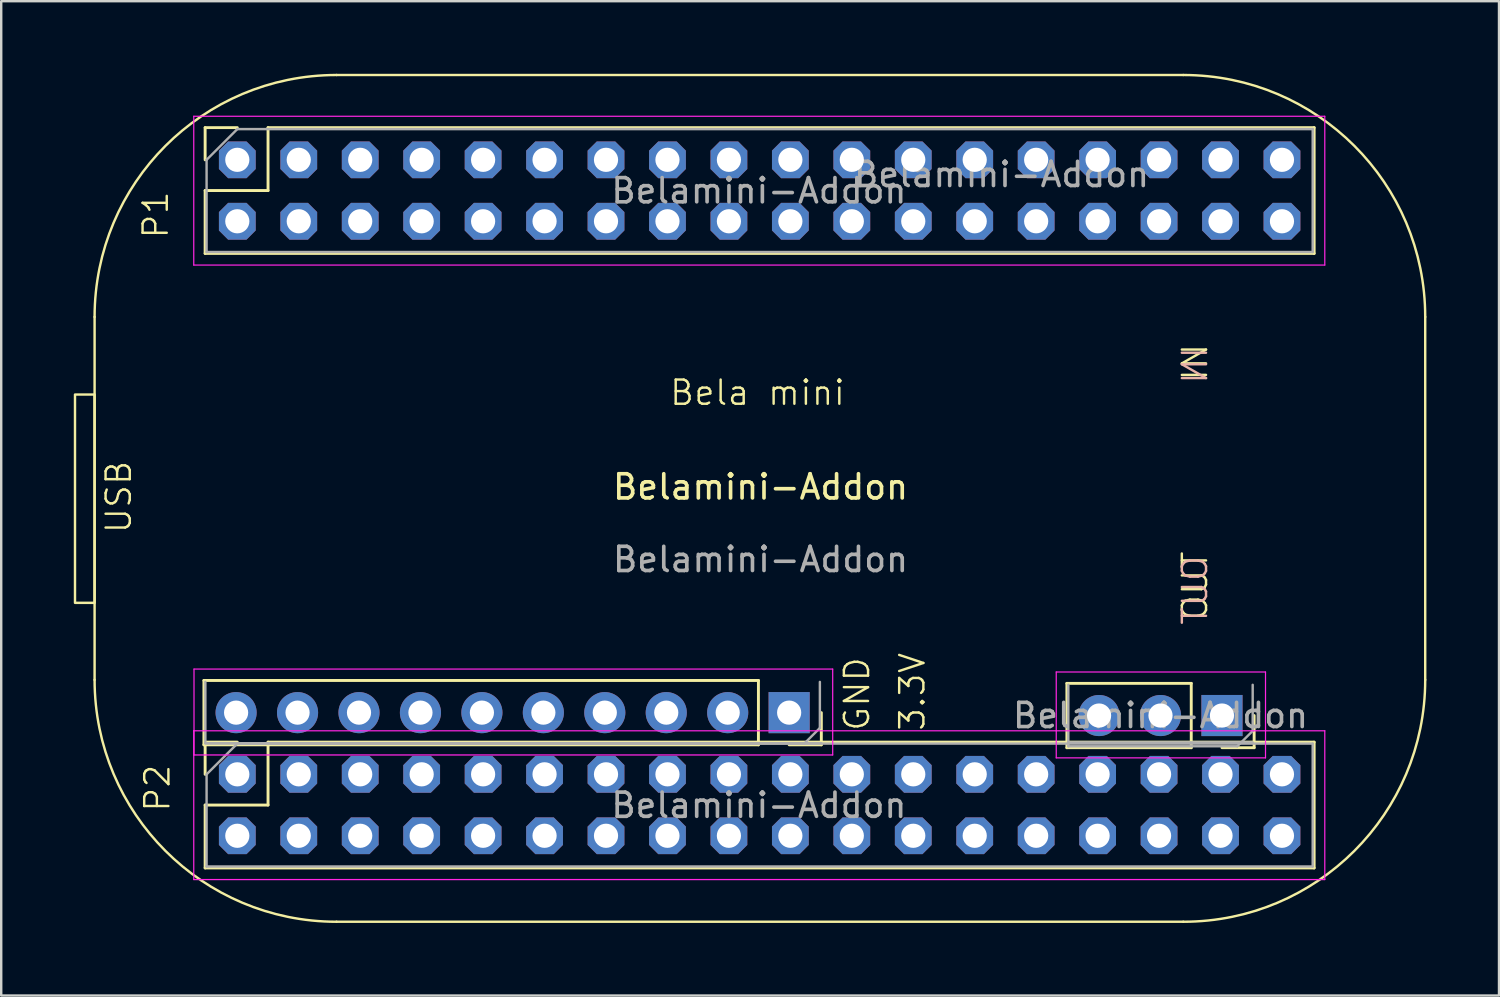
<source format=kicad_pcb>
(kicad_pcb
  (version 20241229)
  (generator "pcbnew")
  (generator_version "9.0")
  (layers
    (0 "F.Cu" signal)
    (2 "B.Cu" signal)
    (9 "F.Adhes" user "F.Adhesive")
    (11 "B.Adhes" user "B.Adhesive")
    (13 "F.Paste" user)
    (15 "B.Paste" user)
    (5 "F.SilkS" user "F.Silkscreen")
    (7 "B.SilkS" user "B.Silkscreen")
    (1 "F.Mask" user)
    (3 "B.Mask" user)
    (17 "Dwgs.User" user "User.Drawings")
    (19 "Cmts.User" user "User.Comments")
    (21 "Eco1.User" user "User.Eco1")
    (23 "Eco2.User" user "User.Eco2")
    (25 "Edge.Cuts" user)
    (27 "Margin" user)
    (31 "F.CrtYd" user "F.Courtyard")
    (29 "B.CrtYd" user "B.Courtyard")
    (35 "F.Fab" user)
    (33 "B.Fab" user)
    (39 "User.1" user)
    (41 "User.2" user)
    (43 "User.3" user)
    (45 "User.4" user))
  (footprint "Belamini-Addon"
    (layer "F.Cu")
    (at 28.386 17.576)
    (property "Reference" "Belamini-Addon" (at 0 -0.5 0) (unlocked yes) (layer "F.SilkS") (effects (font (size 1 1) (thickness 0.15))))
    (attr through_hole)
    (fp_line (start -27.526 -7.526) (end -27.526 7.474) (stroke (width 0.1) (type solid)) (layer "F.SilkS"))
    (fp_line (start -23.007 7.5) (end -23.007 10.16) (stroke (width 0.12) (type solid)) (layer "F.SilkS"))
    (fp_line (start -22.957 -15.35) (end -22.957 -14.02) (stroke (width 0.12) (type solid)) (layer "F.SilkS"))
    (fp_line (start -22.957 -12.75) (end -22.957 -10.15) (stroke (width 0.12) (type solid)) (layer "F.SilkS"))
    (fp_line (start -22.957 -10.15) (end 22.883 -10.15) (stroke (width 0.12) (type solid)) (layer "F.SilkS"))
    (fp_line (start -22.957 10.05) (end -22.957 11.38) (stroke (width 0.12) (type solid)) (layer "F.SilkS"))
    (fp_line (start -22.957 12.65) (end -22.957 15.25) (stroke (width 0.12) (type solid)) (layer "F.SilkS"))
    (fp_line (start -22.957 15.25) (end 22.883 15.25) (stroke (width 0.12) (type solid)) (layer "F.SilkS"))
    (fp_line (start -21.627 -15.35) (end -22.957 -15.35) (stroke (width 0.12) (type solid)) (layer "F.SilkS"))
    (fp_line (start -21.627 10.05) (end -22.957 10.05) (stroke (width 0.12) (type solid)) (layer "F.SilkS"))
    (fp_line (start -20.357 -15.35) (end -20.357 -12.75) (stroke (width 0.12) (type solid)) (layer "F.SilkS"))
    (fp_line (start -20.357 -15.35) (end 22.883 -15.35) (stroke (width 0.12) (type solid)) (layer "F.SilkS"))
    (fp_line (start -20.357 -12.75) (end -22.957 -12.75) (stroke (width 0.12) (type solid)) (layer "F.SilkS"))
    (fp_line (start -20.357 10.05) (end -20.357 12.65) (stroke (width 0.12) (type solid)) (layer "F.SilkS"))
    (fp_line (start -20.357 10.05) (end 22.883 10.05) (stroke (width 0.12) (type solid)) (layer "F.SilkS"))
    (fp_line (start -20.357 12.65) (end -22.957 12.65) (stroke (width 0.12) (type solid)) (layer "F.SilkS"))
    (fp_line (start -17.526 17.474) (end 17.474 17.474) (stroke (width 0.1) (type solid)) (layer "F.SilkS"))
    (fp_line (start -0.087 7.5) (end -23.007 7.5) (stroke (width 0.12) (type solid)) (layer "F.SilkS"))
    (fp_line (start -0.087 7.5) (end -0.087 10.16) (stroke (width 0.12) (type solid)) (layer "F.SilkS"))
    (fp_line (start -0.087 10.16) (end -23.007 10.16) (stroke (width 0.12) (type solid)) (layer "F.SilkS"))
    (fp_line (start 2.513 8.83) (end 2.513 10.16) (stroke (width 0.12) (type solid)) (layer "F.SilkS"))
    (fp_line (start 2.513 10.16) (end 1.183 10.16) (stroke (width 0.12) (type solid)) (layer "F.SilkS"))
    (fp_line (start 12.663 7.62) (end 12.663 10.28) (stroke (width 0.12) (type solid)) (layer "F.SilkS"))
    (fp_line (start 17.474 -17.526) (end -17.526 -17.526) (stroke (width 0.1) (type solid)) (layer "F.SilkS"))
    (fp_line (start 17.803 7.62) (end 12.663 7.62) (stroke (width 0.12) (type solid)) (layer "F.SilkS"))
    (fp_line (start 17.803 7.62) (end 17.803 10.28) (stroke (width 0.12) (type solid)) (layer "F.SilkS"))
    (fp_line (start 17.803 10.28) (end 12.663 10.28) (stroke (width 0.12) (type solid)) (layer "F.SilkS"))
    (fp_line (start 20.403 8.95) (end 20.403 10.28) (stroke (width 0.12) (type solid)) (layer "F.SilkS"))
    (fp_line (start 20.403 10.28) (end 19.073 10.28) (stroke (width 0.12) (type solid)) (layer "F.SilkS"))
    (fp_line (start 22.883 -15.35) (end 22.883 -10.15) (stroke (width 0.12) (type solid)) (layer "F.SilkS"))
    (fp_line (start 22.883 10.05) (end 22.883 15.25) (stroke (width 0.12) (type solid)) (layer "F.SilkS"))
    (fp_line (start 27.474 7.474) (end 27.474 -7.526) (stroke (width 0.1) (type solid)) (layer "F.SilkS"))
    (fp_rect (start -28.336 -4.318) (end -27.526 4.292) (stroke (width 0.1) (type default)) (fill no) (layer "F.SilkS"))
    (fp_arc (start -27.526 -7.526) (mid -24.597068 -14.597068) (end -17.526 -17.526) (stroke (width 0.1) (type solid)) (layer "F.SilkS"))
    (fp_arc (start -17.526 17.474) (mid -24.597068 14.545068) (end -27.526 7.474) (stroke (width 0.1) (type solid)) (layer "F.SilkS"))
    (fp_arc (start 17.474 -17.526) (mid 24.545068 -14.597068) (end 27.474 -7.526) (stroke (width 0.1) (type solid)) (layer "F.SilkS"))
    (fp_arc (start 27.474 7.474) (mid 24.545068 14.545068) (end 17.474 17.474) (stroke (width 0.1) (type solid)) (layer "F.SilkS"))
    (fp_line (start -23.427 -15.82) (end 23.323 -15.82) (stroke (width 0.05) (type solid)) (layer "F.CrtYd"))
    (fp_line (start -23.427 -9.67) (end -23.427 -15.82) (stroke (width 0.05) (type solid)) (layer "F.CrtYd"))
    (fp_line (start -23.427 9.58) (end 23.323 9.58) (stroke (width 0.05) (type solid)) (layer "F.CrtYd"))
    (fp_line (start -23.427 15.73) (end -23.427 9.58) (stroke (width 0.05) (type solid)) (layer "F.CrtYd"))
    (fp_line (start -23.417 7.03) (end 2.983 7.03) (stroke (width 0.05) (type solid)) (layer "F.CrtYd"))
    (fp_line (start -23.417 10.58) (end -23.417 7.03) (stroke (width 0.05) (type solid)) (layer "F.CrtYd"))
    (fp_line (start 2.983 7.03) (end 2.983 10.58) (stroke (width 0.05) (type solid)) (layer "F.CrtYd"))
    (fp_line (start 2.983 10.58) (end -23.417 10.58) (stroke (width 0.05) (type solid)) (layer "F.CrtYd"))
    (fp_line (start 12.223 7.15) (end 20.873 7.15) (stroke (width 0.05) (type solid)) (layer "F.CrtYd"))
    (fp_line (start 12.223 10.7) (end 12.223 7.15) (stroke (width 0.05) (type solid)) (layer "F.CrtYd"))
    (fp_line (start 20.873 7.15) (end 20.873 10.7) (stroke (width 0.05) (type solid)) (layer "F.CrtYd"))
    (fp_line (start 20.873 10.7) (end 12.223 10.7) (stroke (width 0.05) (type solid)) (layer "F.CrtYd"))
    (fp_line (start 23.323 -15.82) (end 23.323 -9.67) (stroke (width 0.05) (type solid)) (layer "F.CrtYd"))
    (fp_line (start 23.323 -9.67) (end -23.427 -9.67) (stroke (width 0.05) (type solid)) (layer "F.CrtYd"))
    (fp_line (start 23.323 9.58) (end 23.323 15.73) (stroke (width 0.05) (type solid)) (layer "F.CrtYd"))
    (fp_line (start 23.323 15.73) (end -23.427 15.73) (stroke (width 0.05) (type solid)) (layer "F.CrtYd"))
    (fp_line (start -22.947 10.1) (end -22.947 7.56) (stroke (width 0.1) (type solid)) (layer "F.Fab"))
    (fp_line (start -22.897 -14.02) (end -22.897 -10.21) (stroke (width 0.1) (type solid)) (layer "F.Fab"))
    (fp_line (start -22.897 -10.21) (end 22.823 -10.21) (stroke (width 0.1) (type solid)) (layer "F.Fab"))
    (fp_line (start -22.897 11.38) (end -22.897 15.19) (stroke (width 0.1) (type solid)) (layer "F.Fab"))
    (fp_line (start -22.897 15.19) (end 22.823 15.19) (stroke (width 0.1) (type solid)) (layer "F.Fab"))
    (fp_line (start -22.891 10.097) (end 2.509 10.097) (stroke (width 0.1) (type solid)) (layer "F.Fab"))
    (fp_line (start -21.627 -15.29) (end -22.897 -14.02) (stroke (width 0.1) (type solid)) (layer "F.Fab"))
    (fp_line (start -21.627 10.11) (end -22.897 11.38) (stroke (width 0.1) (type solid)) (layer "F.Fab"))
    (fp_line (start 1.818 10.1) (end -22.947 10.1) (stroke (width 0.1) (type solid)) (layer "F.Fab"))
    (fp_line (start 2.453 7.56) (end 2.453 9.465) (stroke (width 0.1) (type solid)) (layer "F.Fab"))
    (fp_line (start 2.453 9.465) (end 1.818 10.1) (stroke (width 0.1) (type solid)) (layer "F.Fab"))
    (fp_line (start 12.723 10.06) (end 20.343 10.06) (stroke (width 0.1) (type solid)) (layer "F.Fab"))
    (fp_line (start 12.723 10.22) (end 12.723 7.68) (stroke (width 0.1) (type solid)) (layer "F.Fab"))
    (fp_line (start 19.708 10.22) (end 12.723 10.22) (stroke (width 0.1) (type solid)) (layer "F.Fab"))
    (fp_line (start 20.343 7.68) (end 20.343 9.585) (stroke (width 0.1) (type solid)) (layer "F.Fab"))
    (fp_line (start 20.343 9.585) (end 19.708 10.22) (stroke (width 0.1) (type solid)) (layer "F.Fab"))
    (fp_line (start 22.823 -15.29) (end -21.627 -15.29) (stroke (width 0.1) (type solid)) (layer "F.Fab"))
    (fp_line (start 22.823 -10.21) (end 22.823 -15.29) (stroke (width 0.1) (type solid)) (layer "F.Fab"))
    (fp_line (start 22.823 10.11) (end -21.627 10.11) (stroke (width 0.1) (type solid)) (layer "F.Fab"))
    (fp_line (start 22.823 15.19) (end 22.823 10.11) (stroke (width 0.1) (type solid)) (layer "F.Fab"))
    (fp_text user "GND" (at 4.572 9.652 90) (unlocked yes) (layer "F.SilkS") (effects (font (size 1 1) (thickness 0.1)) (justify left bottom)))
    (fp_text user "USB" (at -25.945 1.484 90) (unlocked yes) (layer "F.SilkS") (effects (font (size 1 1) (thickness 0.1)) (justify left bottom)))
    (fp_text user "P2" (at -24.348 12.994 90) (unlocked yes) (layer "F.SilkS") (effects (font (size 1 1) (thickness 0.1)) (justify left bottom)))
    (fp_text user "Bela mini" (at -3.81 -3.81 0) (unlocked yes) (layer "F.SilkS") (effects (font (size 1 1) (thickness 0.1)) (justify left bottom)))
    (fp_text user "OUT" (at 18.542 5.08 90) (unlocked yes) (layer "F.SilkS") (effects (font (size 1 1) (thickness 0.1)) (justify left bottom)))
    (fp_text user "P1" (at -24.416 -10.701 90) (unlocked yes) (layer "F.SilkS") (effects (font (size 1 1) (thickness 0.1)) (justify left bottom)))
    (fp_text user "3.3V" (at 6.858 9.652 90) (unlocked yes) (layer "F.SilkS") (effects (font (size 1 1) (thickness 0.1)) (justify left bottom)))
    (fp_text user "IN" (at 18.542 -4.826 90) (unlocked yes) (layer "F.SilkS") (effects (font (size 1 1) (thickness 0.1)) (justify left bottom)))
    (fp_text user "OUT" (at 18.542 2.286 90) (unlocked yes) (layer "B.SilkS") (effects (font (size 1 1) (thickness 0.1)) (justify left bottom mirror)))
    (fp_text user "IN" (at 18.542 -6.35 90) (unlocked yes) (layer "B.SilkS") (effects (font (size 1 1) (thickness 0.1)) (justify left bottom mirror)))
    (fp_text user "${REFERENCE}" (at 9.962 -13.414 0) (layer "F.Fab") (effects (font (size 1 1) (thickness 0.15))))
    (fp_text user "${REFERENCE}" (at 16.533 8.95 0) (layer "F.Fab") (effects (font (size 1 1) (thickness 0.15))))
    (fp_text user "${REFERENCE}" (at -0.067 12.66 180) (layer "F.Fab") (effects (font (size 1 1) (thickness 0.15))))
    (fp_text user "${REFERENCE}" (at -0.067 -12.74 180) (layer "F.Fab") (effects (font (size 1 1) (thickness 0.15))))
    (fp_text user "${REFERENCE}" (at 0 2.5 0) (unlocked yes) (layer "F.Fab") (effects (font (size 1 1) (thickness 0.15))))
    (pad "1" thru_hole roundrect (at -21.627 -14.02 270) (size 1.52 1.52) (drill 1) (layers "*.Cu" "*.Mask") (roundrect_rratio 0) (chamfer_ratio 0.25) (chamfer top_left top_right bottom_left bottom_right))
    (pad "2" thru_hole roundrect (at -21.627 -11.48 270) (size 1.52 1.52) (drill 1) (layers "*.Cu" "*.Mask") (roundrect_rratio 0) (chamfer_ratio 0.25) (chamfer top_left top_right bottom_left bottom_right))
    (pad "3" thru_hole roundrect (at -19.087 -14.02 270) (size 1.52 1.52) (drill 1) (layers "*.Cu" "*.Mask") (roundrect_rratio 0) (chamfer_ratio 0.25) (chamfer top_left top_right bottom_left bottom_right))
    (pad "4" thru_hole roundrect (at -19.087 -11.48 270) (size 1.52 1.52) (drill 1) (layers "*.Cu" "*.Mask") (roundrect_rratio 0) (chamfer_ratio 0.25) (chamfer top_left top_right bottom_left bottom_right))
    (pad "5" thru_hole roundrect (at -16.547 -14.02 270) (size 1.52 1.52) (drill 1) (layers "*.Cu" "*.Mask") (roundrect_rratio 0) (chamfer_ratio 0.25) (chamfer top_left top_right bottom_left bottom_right))
    (pad "6" thru_hole roundrect (at -16.547 -11.48 270) (size 1.52 1.52) (drill 1) (layers "*.Cu" "*.Mask") (roundrect_rratio 0) (chamfer_ratio 0.25) (chamfer top_left top_right bottom_left bottom_right))
    (pad "7" thru_hole roundrect (at -14.007 -14.02 270) (size 1.52 1.52) (drill 1) (layers "*.Cu" "*.Mask") (roundrect_rratio 0) (chamfer_ratio 0.25) (chamfer top_left top_right bottom_left bottom_right))
    (pad "8" thru_hole roundrect (at -14.007 -11.48 270) (size 1.52 1.52) (drill 1) (layers "*.Cu" "*.Mask") (roundrect_rratio 0) (chamfer_ratio 0.25) (chamfer top_left top_right bottom_left bottom_right))
    (pad "9" thru_hole roundrect (at -11.467 -14.02 270) (size 1.52 1.52) (drill 1) (layers "*.Cu" "*.Mask") (roundrect_rratio 0) (chamfer_ratio 0.25) (chamfer top_left top_right bottom_left bottom_right))
    (pad "10" thru_hole roundrect (at -11.467 -11.48 270) (size 1.52 1.52) (drill 1) (layers "*.Cu" "*.Mask") (roundrect_rratio 0) (chamfer_ratio 0.25) (chamfer top_left top_right bottom_left bottom_right))
    (pad "11" thru_hole roundrect (at -8.927 -14.02 270) (size 1.52 1.52) (drill 1) (layers "*.Cu" "*.Mask") (roundrect_rratio 0) (chamfer_ratio 0.25) (chamfer top_left top_right bottom_left bottom_right))
    (pad "12" thru_hole roundrect (at -8.927 -11.48 270) (size 1.52 1.52) (drill 1) (layers "*.Cu" "*.Mask") (roundrect_rratio 0) (chamfer_ratio 0.25) (chamfer top_left top_right bottom_left bottom_right))
    (pad "13" thru_hole roundrect (at -6.387 -14.02 270) (size 1.52 1.52) (drill 1) (layers "*.Cu" "*.Mask") (roundrect_rratio 0) (chamfer_ratio 0.25) (chamfer top_left top_right bottom_left bottom_right))
    (pad "14" thru_hole roundrect (at -6.387 -11.48 270) (size 1.52 1.52) (drill 1) (layers "*.Cu" "*.Mask") (roundrect_rratio 0) (chamfer_ratio 0.25) (chamfer top_left top_right bottom_left bottom_right))
    (pad "15" thru_hole roundrect (at -3.847 -14.02 270) (size 1.52 1.52) (drill 1) (layers "*.Cu" "*.Mask") (roundrect_rratio 0) (chamfer_ratio 0.25) (chamfer top_left top_right bottom_left bottom_right))
    (pad "16" thru_hole roundrect (at -3.847 -11.48 270) (size 1.52 1.52) (drill 1) (layers "*.Cu" "*.Mask") (roundrect_rratio 0) (chamfer_ratio 0.25) (chamfer top_left top_right bottom_left bottom_right))
    (pad "17" thru_hole roundrect (at -1.307 -14.02 270) (size 1.52 1.52) (drill 1) (layers "*.Cu" "*.Mask") (roundrect_rratio 0) (chamfer_ratio 0.25) (chamfer top_left top_right bottom_left bottom_right))
    (pad "18" thru_hole roundrect (at -1.307 -11.48 270) (size 1.52 1.52) (drill 1) (layers "*.Cu" "*.Mask") (roundrect_rratio 0) (chamfer_ratio 0.25) (chamfer top_left top_right bottom_left bottom_right))
    (pad "19" thru_hole roundrect (at 1.233 -14.02 270) (size 1.52 1.52) (drill 1) (layers "*.Cu" "*.Mask") (roundrect_rratio 0) (chamfer_ratio 0.25) (chamfer top_left top_right bottom_left bottom_right))
    (pad "20" thru_hole roundrect (at 1.233 -11.48 270) (size 1.52 1.52) (drill 1) (layers "*.Cu" "*.Mask") (roundrect_rratio 0) (chamfer_ratio 0.25) (chamfer top_left top_right bottom_left bottom_right))
    (pad "21" thru_hole roundrect (at 3.773 -14.02 270) (size 1.52 1.52) (drill 1) (layers "*.Cu" "*.Mask") (roundrect_rratio 0) (chamfer_ratio 0.25) (chamfer top_left top_right bottom_left bottom_right))
    (pad "22" thru_hole roundrect (at 3.773 -11.48 270) (size 1.52 1.52) (drill 1) (layers "*.Cu" "*.Mask") (roundrect_rratio 0) (chamfer_ratio 0.25) (chamfer top_left top_right bottom_left bottom_right))
    (pad "23" thru_hole roundrect (at 6.313 -14.02 270) (size 1.52 1.52) (drill 1) (layers "*.Cu" "*.Mask") (roundrect_rratio 0) (chamfer_ratio 0.25) (chamfer top_left top_right bottom_left bottom_right))
    (pad "24" thru_hole roundrect (at 6.313 -11.48 270) (size 1.52 1.52) (drill 1) (layers "*.Cu" "*.Mask") (roundrect_rratio 0) (chamfer_ratio 0.25) (chamfer top_left top_right bottom_left bottom_right))
    (pad "25" thru_hole roundrect (at 8.853 -14.02 270) (size 1.52 1.52) (drill 1) (layers "*.Cu" "*.Mask") (roundrect_rratio 0) (chamfer_ratio 0.25) (chamfer top_left top_right bottom_left bottom_right))
    (pad "26" thru_hole roundrect (at 8.853 -11.48 270) (size 1.52 1.52) (drill 1) (layers "*.Cu" "*.Mask") (roundrect_rratio 0) (chamfer_ratio 0.25) (chamfer top_left top_right bottom_left bottom_right))
    (pad "27" thru_hole roundrect (at 11.393 -14.02 270) (size 1.52 1.52) (drill 1) (layers "*.Cu" "*.Mask") (roundrect_rratio 0) (chamfer_ratio 0.25) (chamfer top_left top_right bottom_left bottom_right))
    (pad "28" thru_hole roundrect (at 11.393 -11.48 270) (size 1.52 1.52) (drill 1) (layers "*.Cu" "*.Mask") (roundrect_rratio 0) (chamfer_ratio 0.25) (chamfer top_left top_right bottom_left bottom_right))
    (pad "29" thru_hole roundrect (at 13.933 -14.02 270) (size 1.52 1.52) (drill 1) (layers "*.Cu" "*.Mask") (roundrect_rratio 0) (chamfer_ratio 0.25) (chamfer top_left top_right bottom_left bottom_right))
    (pad "30" thru_hole roundrect (at 13.933 -11.48 270) (size 1.52 1.52) (drill 1) (layers "*.Cu" "*.Mask") (roundrect_rratio 0) (chamfer_ratio 0.25) (chamfer top_left top_right bottom_left bottom_right))
    (pad "31" thru_hole roundrect (at 16.473 -14.02 270) (size 1.52 1.52) (drill 1) (layers "*.Cu" "*.Mask") (roundrect_rratio 0) (chamfer_ratio 0.25) (chamfer top_left top_right bottom_left bottom_right))
    (pad "32" thru_hole roundrect (at 16.473 -11.48 270) (size 1.52 1.52) (drill 1) (layers "*.Cu" "*.Mask") (roundrect_rratio 0) (chamfer_ratio 0.25) (chamfer top_left top_right bottom_left bottom_right))
    (pad "33" thru_hole roundrect (at 19.013 -14.02 270) (size 1.52 1.52) (drill 1) (layers "*.Cu" "*.Mask") (roundrect_rratio 0) (chamfer_ratio 0.25) (chamfer top_left top_right bottom_left bottom_right))
    (pad "34" thru_hole roundrect (at 19.013 -11.48 270) (size 1.52 1.52) (drill 1) (layers "*.Cu" "*.Mask") (roundrect_rratio 0) (chamfer_ratio 0.25) (chamfer top_left top_right bottom_left bottom_right))
    (pad "35" thru_hole roundrect (at 21.553 -14.02 270) (size 1.52 1.52) (drill 1) (layers "*.Cu" "*.Mask") (roundrect_rratio 0) (chamfer_ratio 0.25) (chamfer top_left top_right bottom_left bottom_right))
    (pad "36" thru_hole roundrect (at 21.553 -11.48 270) (size 1.52 1.52) (drill 1) (layers "*.Cu" "*.Mask") (roundrect_rratio 0) (chamfer_ratio 0.25) (chamfer top_left top_right bottom_left bottom_right))
    (pad "37" thru_hole roundrect (at -21.627 11.38 270) (size 1.52 1.52) (drill 1) (layers "*.Cu" "*.Mask") (roundrect_rratio 0) (chamfer_ratio 0.25) (chamfer top_left top_right bottom_left bottom_right))
    (pad "38" thru_hole roundrect (at -21.627 13.92 270) (size 1.52 1.52) (drill 1) (layers "*.Cu" "*.Mask") (roundrect_rratio 0) (chamfer_ratio 0.25) (chamfer top_left top_right bottom_left bottom_right))
    (pad "39" thru_hole roundrect (at -19.087 11.38 270) (size 1.52 1.52) (drill 1) (layers "*.Cu" "*.Mask") (roundrect_rratio 0) (chamfer_ratio 0.25) (chamfer top_left top_right bottom_left bottom_right))
    (pad "40" thru_hole roundrect (at -19.087 13.92 270) (size 1.52 1.52) (drill 1) (layers "*.Cu" "*.Mask") (roundrect_rratio 0) (chamfer_ratio 0.25) (chamfer top_left top_right bottom_left bottom_right))
    (pad "41" thru_hole roundrect (at -16.547 11.38 270) (size 1.52 1.52) (drill 1) (layers "*.Cu" "*.Mask") (roundrect_rratio 0) (chamfer_ratio 0.25) (chamfer top_left top_right bottom_left bottom_right))
    (pad "42" thru_hole roundrect (at -16.547 13.92 270) (size 1.52 1.52) (drill 1) (layers "*.Cu" "*.Mask") (roundrect_rratio 0) (chamfer_ratio 0.25) (chamfer top_left top_right bottom_left bottom_right))
    (pad "43" thru_hole roundrect (at -14.007 11.38 270) (size 1.52 1.52) (drill 1) (layers "*.Cu" "*.Mask") (roundrect_rratio 0) (chamfer_ratio 0.25) (chamfer top_left top_right bottom_left bottom_right))
    (pad "44" thru_hole roundrect (at -14.007 13.92 270) (size 1.52 1.52) (drill 1) (layers "*.Cu" "*.Mask") (roundrect_rratio 0) (chamfer_ratio 0.25) (chamfer top_left top_right bottom_left bottom_right))
    (pad "45" thru_hole roundrect (at -11.467 11.38 270) (size 1.52 1.52) (drill 1) (layers "*.Cu" "*.Mask") (roundrect_rratio 0) (chamfer_ratio 0.25) (chamfer top_left top_right bottom_left bottom_right))
    (pad "46" thru_hole roundrect (at -11.467 13.92 270) (size 1.52 1.52) (drill 1) (layers "*.Cu" "*.Mask") (roundrect_rratio 0) (chamfer_ratio 0.25) (chamfer top_left top_right bottom_left bottom_right))
    (pad "47" thru_hole roundrect (at -8.927 11.38 270) (size 1.52 1.52) (drill 1) (layers "*.Cu" "*.Mask") (roundrect_rratio 0) (chamfer_ratio 0.25) (chamfer top_left top_right bottom_left bottom_right))
    (pad "48" thru_hole roundrect (at -8.927 13.92 270) (size 1.52 1.52) (drill 1) (layers "*.Cu" "*.Mask") (roundrect_rratio 0) (chamfer_ratio 0.25) (chamfer top_left top_right bottom_left bottom_right))
    (pad "49" thru_hole roundrect (at -6.387 11.38 270) (size 1.52 1.52) (drill 1) (layers "*.Cu" "*.Mask") (roundrect_rratio 0) (chamfer_ratio 0.25) (chamfer top_left top_right bottom_left bottom_right))
    (pad "50" thru_hole roundrect (at -6.387 13.92 270) (size 1.52 1.52) (drill 1) (layers "*.Cu" "*.Mask") (roundrect_rratio 0) (chamfer_ratio 0.25) (chamfer top_left top_right bottom_left bottom_right))
    (pad "51" thru_hole roundrect (at -3.847 11.38 270) (size 1.52 1.52) (drill 1) (layers "*.Cu" "*.Mask") (roundrect_rratio 0) (chamfer_ratio 0.25) (chamfer top_left top_right bottom_left bottom_right))
    (pad "52" thru_hole roundrect (at -3.847 13.92 270) (size 1.52 1.52) (drill 1) (layers "*.Cu" "*.Mask") (roundrect_rratio 0) (chamfer_ratio 0.25) (chamfer top_left top_right bottom_left bottom_right))
    (pad "53" thru_hole roundrect (at -1.307 11.38 270) (size 1.52 1.52) (drill 1) (layers "*.Cu" "*.Mask") (roundrect_rratio 0) (chamfer_ratio 0.25) (chamfer top_left top_right bottom_left bottom_right))
    (pad "54" thru_hole roundrect (at -1.307 13.92 270) (size 1.52 1.52) (drill 1) (layers "*.Cu" "*.Mask") (roundrect_rratio 0) (chamfer_ratio 0.25) (chamfer top_left top_right bottom_left bottom_right))
    (pad "55" thru_hole roundrect (at 1.233 11.38 270) (size 1.52 1.52) (drill 1) (layers "*.Cu" "*.Mask") (roundrect_rratio 0) (chamfer_ratio 0.25) (chamfer top_left top_right bottom_left bottom_right))
    (pad "56" thru_hole roundrect (at 1.233 13.92 270) (size 1.52 1.52) (drill 1) (layers "*.Cu" "*.Mask") (roundrect_rratio 0) (chamfer_ratio 0.25) (chamfer top_left top_right bottom_left bottom_right))
    (pad "57" thru_hole roundrect (at 3.773 11.38 270) (size 1.52 1.52) (drill 1) (layers "*.Cu" "*.Mask") (roundrect_rratio 0) (chamfer_ratio 0.25) (chamfer top_left top_right bottom_left bottom_right))
    (pad "58" thru_hole roundrect (at 3.773 13.92 270) (size 1.52 1.52) (drill 1) (layers "*.Cu" "*.Mask") (roundrect_rratio 0) (chamfer_ratio 0.25) (chamfer top_left top_right bottom_left bottom_right))
    (pad "59" thru_hole roundrect (at 6.313 11.38 270) (size 1.52 1.52) (drill 1) (layers "*.Cu" "*.Mask") (roundrect_rratio 0) (chamfer_ratio 0.25) (chamfer top_left top_right bottom_left bottom_right))
    (pad "60" thru_hole roundrect (at 6.313 13.92 270) (size 1.52 1.52) (drill 1) (layers "*.Cu" "*.Mask") (roundrect_rratio 0) (chamfer_ratio 0.25) (chamfer top_left top_right bottom_left bottom_right))
    (pad "61" thru_hole roundrect (at 8.853 11.38 270) (size 1.52 1.52) (drill 1) (layers "*.Cu" "*.Mask") (roundrect_rratio 0) (chamfer_ratio 0.25) (chamfer top_left top_right bottom_left bottom_right))
    (pad "62" thru_hole roundrect (at 8.853 13.92 270) (size 1.52 1.52) (drill 1) (layers "*.Cu" "*.Mask") (roundrect_rratio 0) (chamfer_ratio 0.25) (chamfer top_left top_right bottom_left bottom_right))
    (pad "63" thru_hole roundrect (at 11.393 11.38 270) (size 1.52 1.52) (drill 1) (layers "*.Cu" "*.Mask") (roundrect_rratio 0) (chamfer_ratio 0.25) (chamfer top_left top_right bottom_left bottom_right))
    (pad "64" thru_hole roundrect (at 11.393 13.92 270) (size 1.52 1.52) (drill 1) (layers "*.Cu" "*.Mask") (roundrect_rratio 0) (chamfer_ratio 0.25) (chamfer top_left top_right bottom_left bottom_right))
    (pad "65" thru_hole roundrect (at 13.933 11.38 270) (size 1.52 1.52) (drill 1) (layers "*.Cu" "*.Mask") (roundrect_rratio 0) (chamfer_ratio 0.25) (chamfer top_left top_right bottom_left bottom_right))
    (pad "66" thru_hole roundrect (at 13.933 13.92 270) (size 1.52 1.52) (drill 1) (layers "*.Cu" "*.Mask") (roundrect_rratio 0) (chamfer_ratio 0.25) (chamfer top_left top_right bottom_left bottom_right))
    (pad "67" thru_hole roundrect (at 16.473 11.38 270) (size 1.52 1.52) (drill 1) (layers "*.Cu" "*.Mask") (roundrect_rratio 0) (chamfer_ratio 0.25) (chamfer top_left top_right bottom_left bottom_right))
    (pad "68" thru_hole roundrect (at 16.473 13.92 270) (size 1.52 1.52) (drill 1) (layers "*.Cu" "*.Mask") (roundrect_rratio 0) (chamfer_ratio 0.25) (chamfer top_left top_right bottom_left bottom_right))
    (pad "69" thru_hole roundrect (at 19.013 11.38 270) (size 1.52 1.52) (drill 1) (layers "*.Cu" "*.Mask") (roundrect_rratio 0) (chamfer_ratio 0.25) (chamfer top_left top_right bottom_left bottom_right))
    (pad "70" thru_hole roundrect (at 19.013 13.92 270) (size 1.52 1.52) (drill 1) (layers "*.Cu" "*.Mask") (roundrect_rratio 0) (chamfer_ratio 0.25) (chamfer top_left top_right bottom_left bottom_right))
    (pad "71" thru_hole roundrect (at 21.553 11.38 270) (size 1.52 1.52) (drill 1) (layers "*.Cu" "*.Mask") (roundrect_rratio 0) (chamfer_ratio 0.25) (chamfer top_left top_right bottom_left bottom_right))
    (pad "72" thru_hole roundrect (at 21.553 13.92 270) (size 1.52 1.52) (drill 1) (layers "*.Cu" "*.Mask") (roundrect_rratio 0) (chamfer_ratio 0.25) (chamfer top_left top_right bottom_left bottom_right))
    (pad "A0" thru_hole oval (at -21.677 8.83 270) (size 1.7 1.7) (drill 1) (layers "*.Cu" "*.Mask"))
    (pad "A1" thru_hole oval (at -19.137 8.83 270) (size 1.7 1.7) (drill 1) (layers "*.Cu" "*.Mask"))
    (pad "A2" thru_hole oval (at -16.597 8.83 270) (size 1.7 1.7) (drill 1) (layers "*.Cu" "*.Mask"))
    (pad "A3" thru_hole oval (at -14.057 8.83 270) (size 1.7 1.7) (drill 1) (layers "*.Cu" "*.Mask"))
    (pad "A4" thru_hole oval (at -11.517 8.83 270) (size 1.7 1.7) (drill 1) (layers "*.Cu" "*.Mask"))
    (pad "A5" thru_hole oval (at -8.977 8.83 270) (size 1.7 1.7) (drill 1) (layers "*.Cu" "*.Mask"))
    (pad "A6" thru_hole oval (at -6.437 8.83 270) (size 1.7 1.7) (drill 1) (layers "*.Cu" "*.Mask"))
    (pad "A7" thru_hole oval (at -3.897 8.83 270) (size 1.7 1.7) (drill 1) (layers "*.Cu" "*.Mask"))
    (pad "AGND" thru_hole oval (at -1.357 8.83 270) (size 1.7 1.7) (drill 1) (layers "*.Cu" "*.Mask"))
    (pad "AREF" thru_hole rect (at 1.183 8.83 270) (size 1.7 1.7) (drill 1) (layers "*.Cu" "*.Mask"))
    (pad "lineGND" thru_hole rect (at 19.073 8.95 270) (size 1.7 1.7) (drill 1) (layers "*.Cu" "*.Mask"))
    (pad "lineL" thru_hole oval (at 16.533 8.95 270) (size 1.7 1.7) (drill 1) (layers "*.Cu" "*.Mask"))
    (pad "lineR" thru_hole oval (at 13.993 8.95 270) (size 1.7 1.7) (drill 1) (layers "*.Cu" "*.Mask")))
  (gr_rect
    (start -3 -3)
    (end 58.91 38.1)
    (stroke (width 0.1) (type default))
    (fill no)
    (layer "Edge.Cuts")))
</source>
